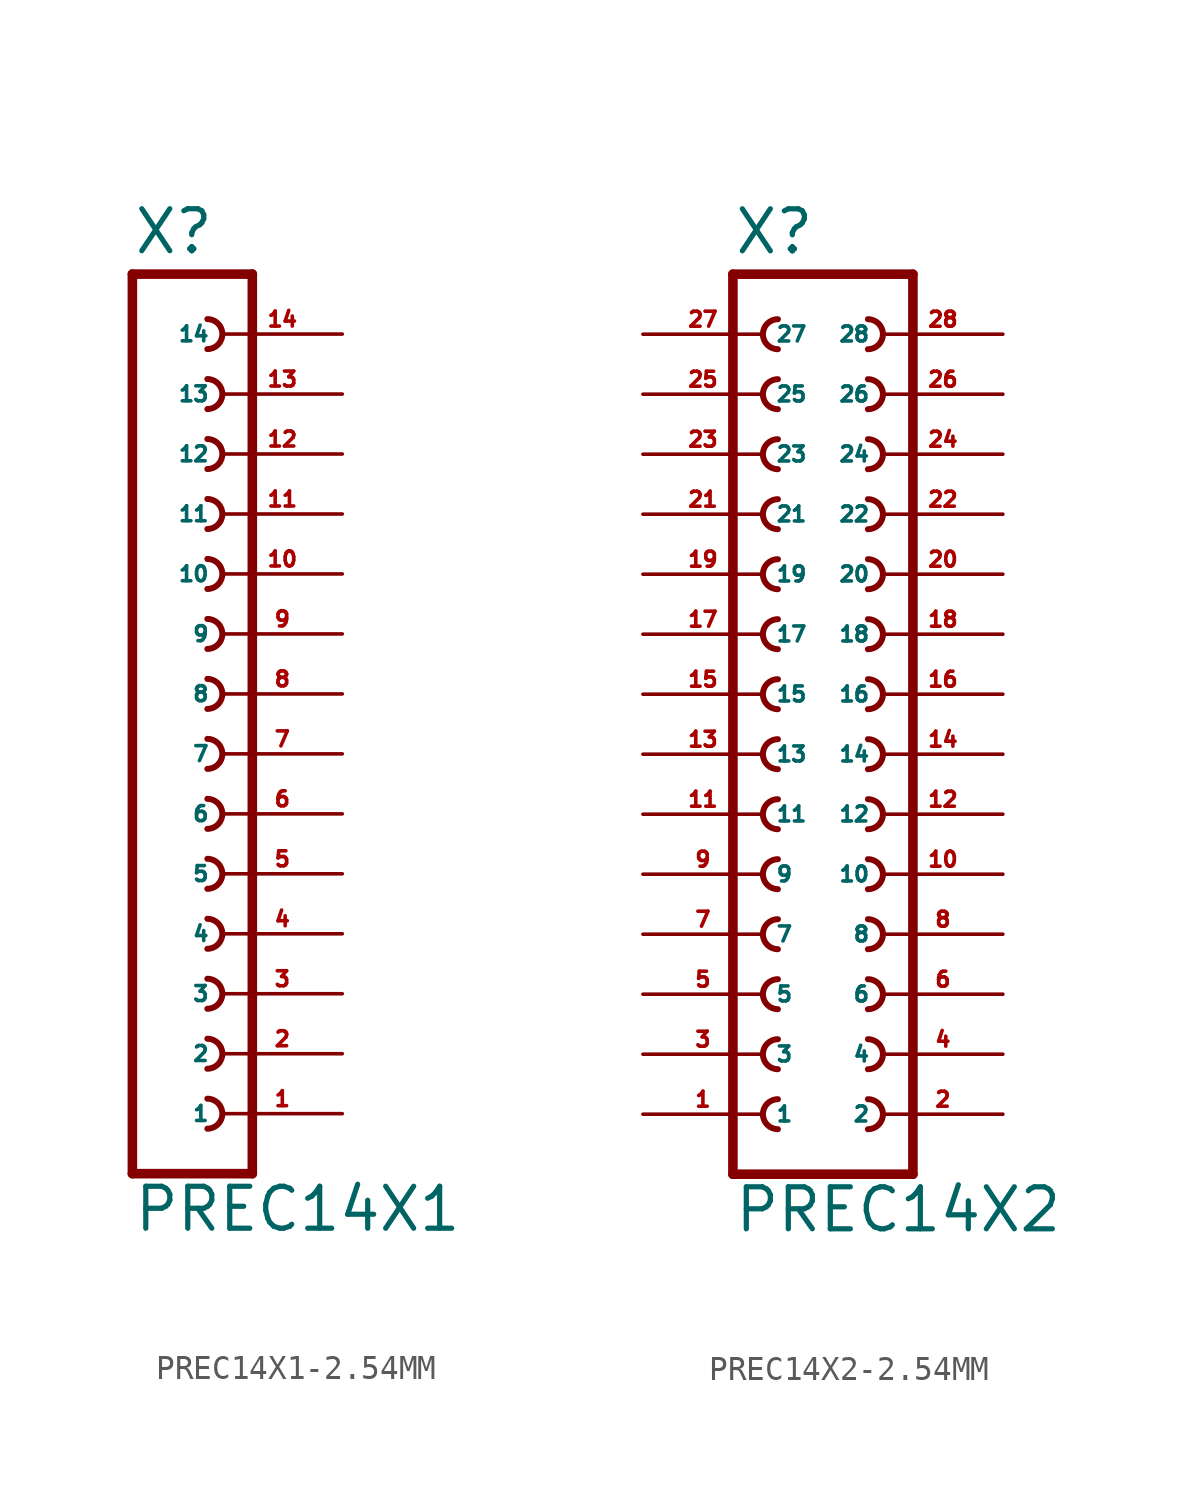
<source format=kicad_sym>
(kicad_symbol_lib
  (version 20220914)
  (generator Eagle2Kicad)
  (symbol "PREC14X1-2.54MM"
    (property "Reference" "X"
      (at -1.27 18.542 0)
      (effects (font (size 1.778 1.778) (thickness 0.22)) (justify left bottom)))
    (property "Value" "PREC14X1"
      (at -1.27 -22.86 0)
      (effects (font (size 1.778 1.778) (thickness 0.22)) (justify left bottom)))
    (polyline
      (pts (xy 3.81 -20.32) (xy -1.27 -20.32))
      (stroke (width 0.406) (type default))
      (fill (type none)))
    (arc
      (start 1.905 -15.875)
      (mid 2.540 -15.240)
      (end 1.905 -14.605)
      (stroke (width 0.254) (type default))
      (fill (type none)))
    (arc
      (start 1.905 -18.415)
      (mid 2.540 -17.780)
      (end 1.905 -17.145)
      (stroke (width 0.254) (type default))
      (fill (type none)))
    (arc
      (start 1.905 -8.255)
      (mid 2.540 -7.620)
      (end 1.905 -6.985)
      (stroke (width 0.254) (type default))
      (fill (type none)))
    (arc
      (start 1.905 -10.795)
      (mid 2.540 -10.160)
      (end 1.905 -9.525)
      (stroke (width 0.254) (type default))
      (fill (type none)))
    (arc
      (start 1.905 -13.335)
      (mid 2.540 -12.700)
      (end 1.905 -12.065)
      (stroke (width 0.254) (type default))
      (fill (type none)))
    (arc
      (start 1.905 -3.175)
      (mid 2.540 -2.540)
      (end 1.905 -1.905)
      (stroke (width 0.254) (type default))
      (fill (type none)))
    (arc
      (start 1.905 -5.715)
      (mid 2.540 -5.080)
      (end 1.905 -4.445)
      (stroke (width 0.254) (type default))
      (fill (type none)))
    (arc
      (start 1.905 4.445)
      (mid 2.540 5.080)
      (end 1.905 5.715)
      (stroke (width 0.254) (type default))
      (fill (type none)))
    (arc
      (start 1.905 1.905)
      (mid 2.540 2.540)
      (end 1.905 3.175)
      (stroke (width 0.254) (type default))
      (fill (type none)))
    (arc
      (start 1.905 -0.635)
      (mid 2.540 0.000)
      (end 1.905 0.635)
      (stroke (width 0.254) (type default))
      (fill (type none)))
    (arc
      (start 1.905 9.525)
      (mid 2.540 10.160)
      (end 1.905 10.795)
      (stroke (width 0.254) (type default))
      (fill (type none)))
    (arc
      (start 1.905 6.985)
      (mid 2.540 7.620)
      (end 1.905 8.255)
      (stroke (width 0.254) (type default))
      (fill (type none)))
    (arc
      (start 1.905 14.605)
      (mid 2.540 15.240)
      (end 1.905 15.875)
      (stroke (width 0.254) (type default))
      (fill (type none)))
    (arc
      (start 1.905 12.065)
      (mid 2.540 12.700)
      (end 1.905 13.335)
      (stroke (width 0.254) (type default))
      (fill (type none)))
    (polyline
      (pts (xy -1.27 17.78) (xy -1.27 -20.32))
      (stroke (width 0.406) (type default))
      (fill (type none)))
    (polyline
      (pts (xy 3.81 -20.32) (xy 3.81 17.78))
      (stroke (width 0.406) (type default))
      (fill (type none)))
    (polyline
      (pts (xy -1.27 17.78) (xy 3.81 17.78))
      (stroke (width 0.406) (type default))
      (fill (type none)))
    (pin passive line
      (at 7.62 -17.78 180)
      (length 5.08)
      (name "1" (effects (font (size 0.635 0.635) (thickness 0.08)) (justify left bottom)))
      (number "1" (effects (font (size 0.635 0.635) (thickness 0.08)) (justify left bottom))))
    (pin passive line
      (at 7.62 -15.24 180)
      (length 5.08)
      (name "2" (effects (font (size 0.635 0.635) (thickness 0.08)) (justify left bottom)))
      (number "2" (effects (font (size 0.635 0.635) (thickness 0.08)) (justify left bottom))))
    (pin passive line
      (at 7.62 -12.7 180)
      (length 5.08)
      (name "3" (effects (font (size 0.635 0.635) (thickness 0.08)) (justify left bottom)))
      (number "3" (effects (font (size 0.635 0.635) (thickness 0.08)) (justify left bottom))))
    (pin passive line
      (at 7.62 -10.16 180)
      (length 5.08)
      (name "4" (effects (font (size 0.635 0.635) (thickness 0.08)) (justify left bottom)))
      (number "4" (effects (font (size 0.635 0.635) (thickness 0.08)) (justify left bottom))))
    (pin passive line
      (at 7.62 -7.62 180)
      (length 5.08)
      (name "5" (effects (font (size 0.635 0.635) (thickness 0.08)) (justify left bottom)))
      (number "5" (effects (font (size 0.635 0.635) (thickness 0.08)) (justify left bottom))))
    (pin passive line
      (at 7.62 -5.08 180)
      (length 5.08)
      (name "6" (effects (font (size 0.635 0.635) (thickness 0.08)) (justify left bottom)))
      (number "6" (effects (font (size 0.635 0.635) (thickness 0.08)) (justify left bottom))))
    (pin passive line
      (at 7.62 -2.54 180)
      (length 5.08)
      (name "7" (effects (font (size 0.635 0.635) (thickness 0.08)) (justify left bottom)))
      (number "7" (effects (font (size 0.635 0.635) (thickness 0.08)) (justify left bottom))))
    (pin passive line
      (at 7.62 0 180)
      (length 5.08)
      (name "8" (effects (font (size 0.635 0.635) (thickness 0.08)) (justify left bottom)))
      (number "8" (effects (font (size 0.635 0.635) (thickness 0.08)) (justify left bottom))))
    (pin passive line
      (at 7.62 2.54 180)
      (length 5.08)
      (name "9" (effects (font (size 0.635 0.635) (thickness 0.08)) (justify left bottom)))
      (number "9" (effects (font (size 0.635 0.635) (thickness 0.08)) (justify left bottom))))
    (pin passive line
      (at 7.62 5.08 180)
      (length 5.08)
      (name "10" (effects (font (size 0.635 0.635) (thickness 0.08)) (justify left bottom)))
      (number "10" (effects (font (size 0.635 0.635) (thickness 0.08)) (justify left bottom))))
    (pin passive line
      (at 7.62 7.62 180)
      (length 5.08)
      (name "11" (effects (font (size 0.635 0.635) (thickness 0.08)) (justify left bottom)))
      (number "11" (effects (font (size 0.635 0.635) (thickness 0.08)) (justify left bottom))))
    (pin passive line
      (at 7.62 10.16 180)
      (length 5.08)
      (name "12" (effects (font (size 0.635 0.635) (thickness 0.08)) (justify left bottom)))
      (number "12" (effects (font (size 0.635 0.635) (thickness 0.08)) (justify left bottom))))
    (pin passive line
      (at 7.62 12.7 180)
      (length 5.08)
      (name "13" (effects (font (size 0.635 0.635) (thickness 0.08)) (justify left bottom)))
      (number "13" (effects (font (size 0.635 0.635) (thickness 0.08)) (justify left bottom))))
    (pin passive line
      (at 7.62 15.24 180)
      (length 5.08)
      (name "14" (effects (font (size 0.635 0.635) (thickness 0.08)) (justify left bottom)))
      (number "14" (effects (font (size 0.635 0.635) (thickness 0.08)) (justify left bottom)))))
  (symbol "PREC14X2-2.54MM"
    (property "Reference" "X"
      (at -3.81 18.542 0)
      (effects (font (size 1.778 1.778) (thickness 0.22)) (justify left bottom)))
    (property "Value" "PREC14X2"
      (at -3.81 -22.86 0)
      (effects (font (size 1.778 1.778) (thickness 0.22)) (justify left bottom)))
    (polyline
      (pts (xy 3.81 -20.32) (xy -3.81 -20.32))
      (stroke (width 0.406) (type default))
      (fill (type none)))
    (arc
      (start -1.905 -17.145)
      (mid -2.540 -17.780)
      (end -1.905 -18.415)
      (stroke (width 0.254) (type default))
      (fill (type none)))
    (arc
      (start 1.905 -18.415)
      (mid 2.540 -17.780)
      (end 1.905 -17.145)
      (stroke (width 0.254) (type default))
      (fill (type none)))
    (arc
      (start -1.905 -12.065)
      (mid -2.540 -12.700)
      (end -1.905 -13.335)
      (stroke (width 0.254) (type default))
      (fill (type none)))
    (arc
      (start -1.905 -14.605)
      (mid -2.540 -15.240)
      (end -1.905 -15.875)
      (stroke (width 0.254) (type default))
      (fill (type none)))
    (arc
      (start 1.905 -13.335)
      (mid 2.540 -12.700)
      (end 1.905 -12.065)
      (stroke (width 0.254) (type default))
      (fill (type none)))
    (arc
      (start 1.905 -15.875)
      (mid 2.540 -15.240)
      (end 1.905 -14.605)
      (stroke (width 0.254) (type default))
      (fill (type none)))
    (arc
      (start -1.905 -4.445)
      (mid -2.540 -5.080)
      (end -1.905 -5.715)
      (stroke (width 0.254) (type default))
      (fill (type none)))
    (arc
      (start -1.905 -6.985)
      (mid -2.540 -7.620)
      (end -1.905 -8.255)
      (stroke (width 0.254) (type default))
      (fill (type none)))
    (arc
      (start -1.905 -9.525)
      (mid -2.540 -10.160)
      (end -1.905 -10.795)
      (stroke (width 0.254) (type default))
      (fill (type none)))
    (arc
      (start 1.905 -5.715)
      (mid 2.540 -5.080)
      (end 1.905 -4.445)
      (stroke (width 0.254) (type default))
      (fill (type none)))
    (arc
      (start 1.905 -8.255)
      (mid 2.540 -7.620)
      (end 1.905 -6.985)
      (stroke (width 0.254) (type default))
      (fill (type none)))
    (arc
      (start 1.905 -10.795)
      (mid 2.540 -10.160)
      (end 1.905 -9.525)
      (stroke (width 0.254) (type default))
      (fill (type none)))
    (arc
      (start -1.905 0.635)
      (mid -2.540 0.000)
      (end -1.905 -0.635)
      (stroke (width 0.254) (type default))
      (fill (type none)))
    (arc
      (start -1.905 -1.905)
      (mid -2.540 -2.540)
      (end -1.905 -3.175)
      (stroke (width 0.254) (type default))
      (fill (type none)))
    (arc
      (start 1.905 -0.635)
      (mid 2.540 0.000)
      (end 1.905 0.635)
      (stroke (width 0.254) (type default))
      (fill (type none)))
    (arc
      (start 1.905 -3.175)
      (mid 2.540 -2.540)
      (end 1.905 -1.905)
      (stroke (width 0.254) (type default))
      (fill (type none)))
    (arc
      (start -1.905 8.255)
      (mid -2.540 7.620)
      (end -1.905 6.985)
      (stroke (width 0.254) (type default))
      (fill (type none)))
    (arc
      (start -1.905 5.715)
      (mid -2.540 5.080)
      (end -1.905 4.445)
      (stroke (width 0.254) (type default))
      (fill (type none)))
    (arc
      (start -1.905 3.175)
      (mid -2.540 2.540)
      (end -1.905 1.905)
      (stroke (width 0.254) (type default))
      (fill (type none)))
    (arc
      (start 1.905 6.985)
      (mid 2.540 7.620)
      (end 1.905 8.255)
      (stroke (width 0.254) (type default))
      (fill (type none)))
    (arc
      (start 1.905 4.445)
      (mid 2.540 5.080)
      (end 1.905 5.715)
      (stroke (width 0.254) (type default))
      (fill (type none)))
    (arc
      (start 1.905 1.905)
      (mid 2.540 2.540)
      (end 1.905 3.175)
      (stroke (width 0.254) (type default))
      (fill (type none)))
    (arc
      (start -1.905 13.335)
      (mid -2.540 12.700)
      (end -1.905 12.065)
      (stroke (width 0.254) (type default))
      (fill (type none)))
    (arc
      (start -1.905 10.795)
      (mid -2.540 10.160)
      (end -1.905 9.525)
      (stroke (width 0.254) (type default))
      (fill (type none)))
    (arc
      (start 1.905 12.065)
      (mid 2.540 12.700)
      (end 1.905 13.335)
      (stroke (width 0.254) (type default))
      (fill (type none)))
    (arc
      (start 1.905 9.525)
      (mid 2.540 10.160)
      (end 1.905 10.795)
      (stroke (width 0.254) (type default))
      (fill (type none)))
    (arc
      (start -1.905 15.875)
      (mid -2.540 15.240)
      (end -1.905 14.605)
      (stroke (width 0.254) (type default))
      (fill (type none)))
    (arc
      (start 1.905 14.605)
      (mid 2.540 15.240)
      (end 1.905 15.875)
      (stroke (width 0.254) (type default))
      (fill (type none)))
    (polyline
      (pts (xy -3.81 17.78) (xy -3.81 -20.32))
      (stroke (width 0.406) (type default))
      (fill (type none)))
    (polyline
      (pts (xy 3.81 -20.32) (xy 3.81 17.78))
      (stroke (width 0.406) (type default))
      (fill (type none)))
    (polyline
      (pts (xy -3.81 17.78) (xy 3.81 17.78))
      (stroke (width 0.406) (type default))
      (fill (type none)))
    (pin passive line
      (at -7.62 -17.78 0)
      (length 5.08)
      (name "1" (effects (font (size 0.635 0.635) (thickness 0.08)) (justify left bottom)))
      (number "1" (effects (font (size 0.635 0.635) (thickness 0.08)) (justify left bottom))))
    (pin passive line
      (at 7.62 -17.78 180)
      (length 5.08)
      (name "2" (effects (font (size 0.635 0.635) (thickness 0.08)) (justify left bottom)))
      (number "2" (effects (font (size 0.635 0.635) (thickness 0.08)) (justify left bottom))))
    (pin passive line
      (at -7.62 -15.24 0)
      (length 5.08)
      (name "3" (effects (font (size 0.635 0.635) (thickness 0.08)) (justify left bottom)))
      (number "3" (effects (font (size 0.635 0.635) (thickness 0.08)) (justify left bottom))))
    (pin passive line
      (at 7.62 -15.24 180)
      (length 5.08)
      (name "4" (effects (font (size 0.635 0.635) (thickness 0.08)) (justify left bottom)))
      (number "4" (effects (font (size 0.635 0.635) (thickness 0.08)) (justify left bottom))))
    (pin passive line
      (at -7.62 -12.7 0)
      (length 5.08)
      (name "5" (effects (font (size 0.635 0.635) (thickness 0.08)) (justify left bottom)))
      (number "5" (effects (font (size 0.635 0.635) (thickness 0.08)) (justify left bottom))))
    (pin passive line
      (at 7.62 -12.7 180)
      (length 5.08)
      (name "6" (effects (font (size 0.635 0.635) (thickness 0.08)) (justify left bottom)))
      (number "6" (effects (font (size 0.635 0.635) (thickness 0.08)) (justify left bottom))))
    (pin passive line
      (at -7.62 -10.16 0)
      (length 5.08)
      (name "7" (effects (font (size 0.635 0.635) (thickness 0.08)) (justify left bottom)))
      (number "7" (effects (font (size 0.635 0.635) (thickness 0.08)) (justify left bottom))))
    (pin passive line
      (at 7.62 -10.16 180)
      (length 5.08)
      (name "8" (effects (font (size 0.635 0.635) (thickness 0.08)) (justify left bottom)))
      (number "8" (effects (font (size 0.635 0.635) (thickness 0.08)) (justify left bottom))))
    (pin passive line
      (at -7.62 -7.62 0)
      (length 5.08)
      (name "9" (effects (font (size 0.635 0.635) (thickness 0.08)) (justify left bottom)))
      (number "9" (effects (font (size 0.635 0.635) (thickness 0.08)) (justify left bottom))))
    (pin passive line
      (at 7.62 -7.62 180)
      (length 5.08)
      (name "10" (effects (font (size 0.635 0.635) (thickness 0.08)) (justify left bottom)))
      (number "10" (effects (font (size 0.635 0.635) (thickness 0.08)) (justify left bottom))))
    (pin passive line
      (at -7.62 -5.08 0)
      (length 5.08)
      (name "11" (effects (font (size 0.635 0.635) (thickness 0.08)) (justify left bottom)))
      (number "11" (effects (font (size 0.635 0.635) (thickness 0.08)) (justify left bottom))))
    (pin passive line
      (at 7.62 -5.08 180)
      (length 5.08)
      (name "12" (effects (font (size 0.635 0.635) (thickness 0.08)) (justify left bottom)))
      (number "12" (effects (font (size 0.635 0.635) (thickness 0.08)) (justify left bottom))))
    (pin passive line
      (at -7.62 -2.54 0)
      (length 5.08)
      (name "13" (effects (font (size 0.635 0.635) (thickness 0.08)) (justify left bottom)))
      (number "13" (effects (font (size 0.635 0.635) (thickness 0.08)) (justify left bottom))))
    (pin passive line
      (at 7.62 -2.54 180)
      (length 5.08)
      (name "14" (effects (font (size 0.635 0.635) (thickness 0.08)) (justify left bottom)))
      (number "14" (effects (font (size 0.635 0.635) (thickness 0.08)) (justify left bottom))))
    (pin passive line
      (at -7.62 0 0)
      (length 5.08)
      (name "15" (effects (font (size 0.635 0.635) (thickness 0.08)) (justify left bottom)))
      (number "15" (effects (font (size 0.635 0.635) (thickness 0.08)) (justify left bottom))))
    (pin passive line
      (at 7.62 0 180)
      (length 5.08)
      (name "16" (effects (font (size 0.635 0.635) (thickness 0.08)) (justify left bottom)))
      (number "16" (effects (font (size 0.635 0.635) (thickness 0.08)) (justify left bottom))))
    (pin passive line
      (at -7.62 2.54 0)
      (length 5.08)
      (name "17" (effects (font (size 0.635 0.635) (thickness 0.08)) (justify left bottom)))
      (number "17" (effects (font (size 0.635 0.635) (thickness 0.08)) (justify left bottom))))
    (pin passive line
      (at 7.62 2.54 180)
      (length 5.08)
      (name "18" (effects (font (size 0.635 0.635) (thickness 0.08)) (justify left bottom)))
      (number "18" (effects (font (size 0.635 0.635) (thickness 0.08)) (justify left bottom))))
    (pin passive line
      (at -7.62 5.08 0)
      (length 5.08)
      (name "19" (effects (font (size 0.635 0.635) (thickness 0.08)) (justify left bottom)))
      (number "19" (effects (font (size 0.635 0.635) (thickness 0.08)) (justify left bottom))))
    (pin passive line
      (at 7.62 5.08 180)
      (length 5.08)
      (name "20" (effects (font (size 0.635 0.635) (thickness 0.08)) (justify left bottom)))
      (number "20" (effects (font (size 0.635 0.635) (thickness 0.08)) (justify left bottom))))
    (pin passive line
      (at -7.62 7.62 0)
      (length 5.08)
      (name "21" (effects (font (size 0.635 0.635) (thickness 0.08)) (justify left bottom)))
      (number "21" (effects (font (size 0.635 0.635) (thickness 0.08)) (justify left bottom))))
    (pin passive line
      (at 7.62 7.62 180)
      (length 5.08)
      (name "22" (effects (font (size 0.635 0.635) (thickness 0.08)) (justify left bottom)))
      (number "22" (effects (font (size 0.635 0.635) (thickness 0.08)) (justify left bottom))))
    (pin passive line
      (at -7.62 10.16 0)
      (length 5.08)
      (name "23" (effects (font (size 0.635 0.635) (thickness 0.08)) (justify left bottom)))
      (number "23" (effects (font (size 0.635 0.635) (thickness 0.08)) (justify left bottom))))
    (pin passive line
      (at 7.62 10.16 180)
      (length 5.08)
      (name "24" (effects (font (size 0.635 0.635) (thickness 0.08)) (justify left bottom)))
      (number "24" (effects (font (size 0.635 0.635) (thickness 0.08)) (justify left bottom))))
    (pin passive line
      (at -7.62 12.7 0)
      (length 5.08)
      (name "25" (effects (font (size 0.635 0.635) (thickness 0.08)) (justify left bottom)))
      (number "25" (effects (font (size 0.635 0.635) (thickness 0.08)) (justify left bottom))))
    (pin passive line
      (at 7.62 12.7 180)
      (length 5.08)
      (name "26" (effects (font (size 0.635 0.635) (thickness 0.08)) (justify left bottom)))
      (number "26" (effects (font (size 0.635 0.635) (thickness 0.08)) (justify left bottom))))
    (pin passive line
      (at -7.62 15.24 0)
      (length 5.08)
      (name "27" (effects (font (size 0.635 0.635) (thickness 0.08)) (justify left bottom)))
      (number "27" (effects (font (size 0.635 0.635) (thickness 0.08)) (justify left bottom))))
    (pin passive line
      (at 7.62 15.24 180)
      (length 5.08)
      (name "28" (effects (font (size 0.635 0.635) (thickness 0.08)) (justify left bottom)))
      (number "28" (effects (font (size 0.635 0.635) (thickness 0.08)) (justify left bottom))))))
</source>
